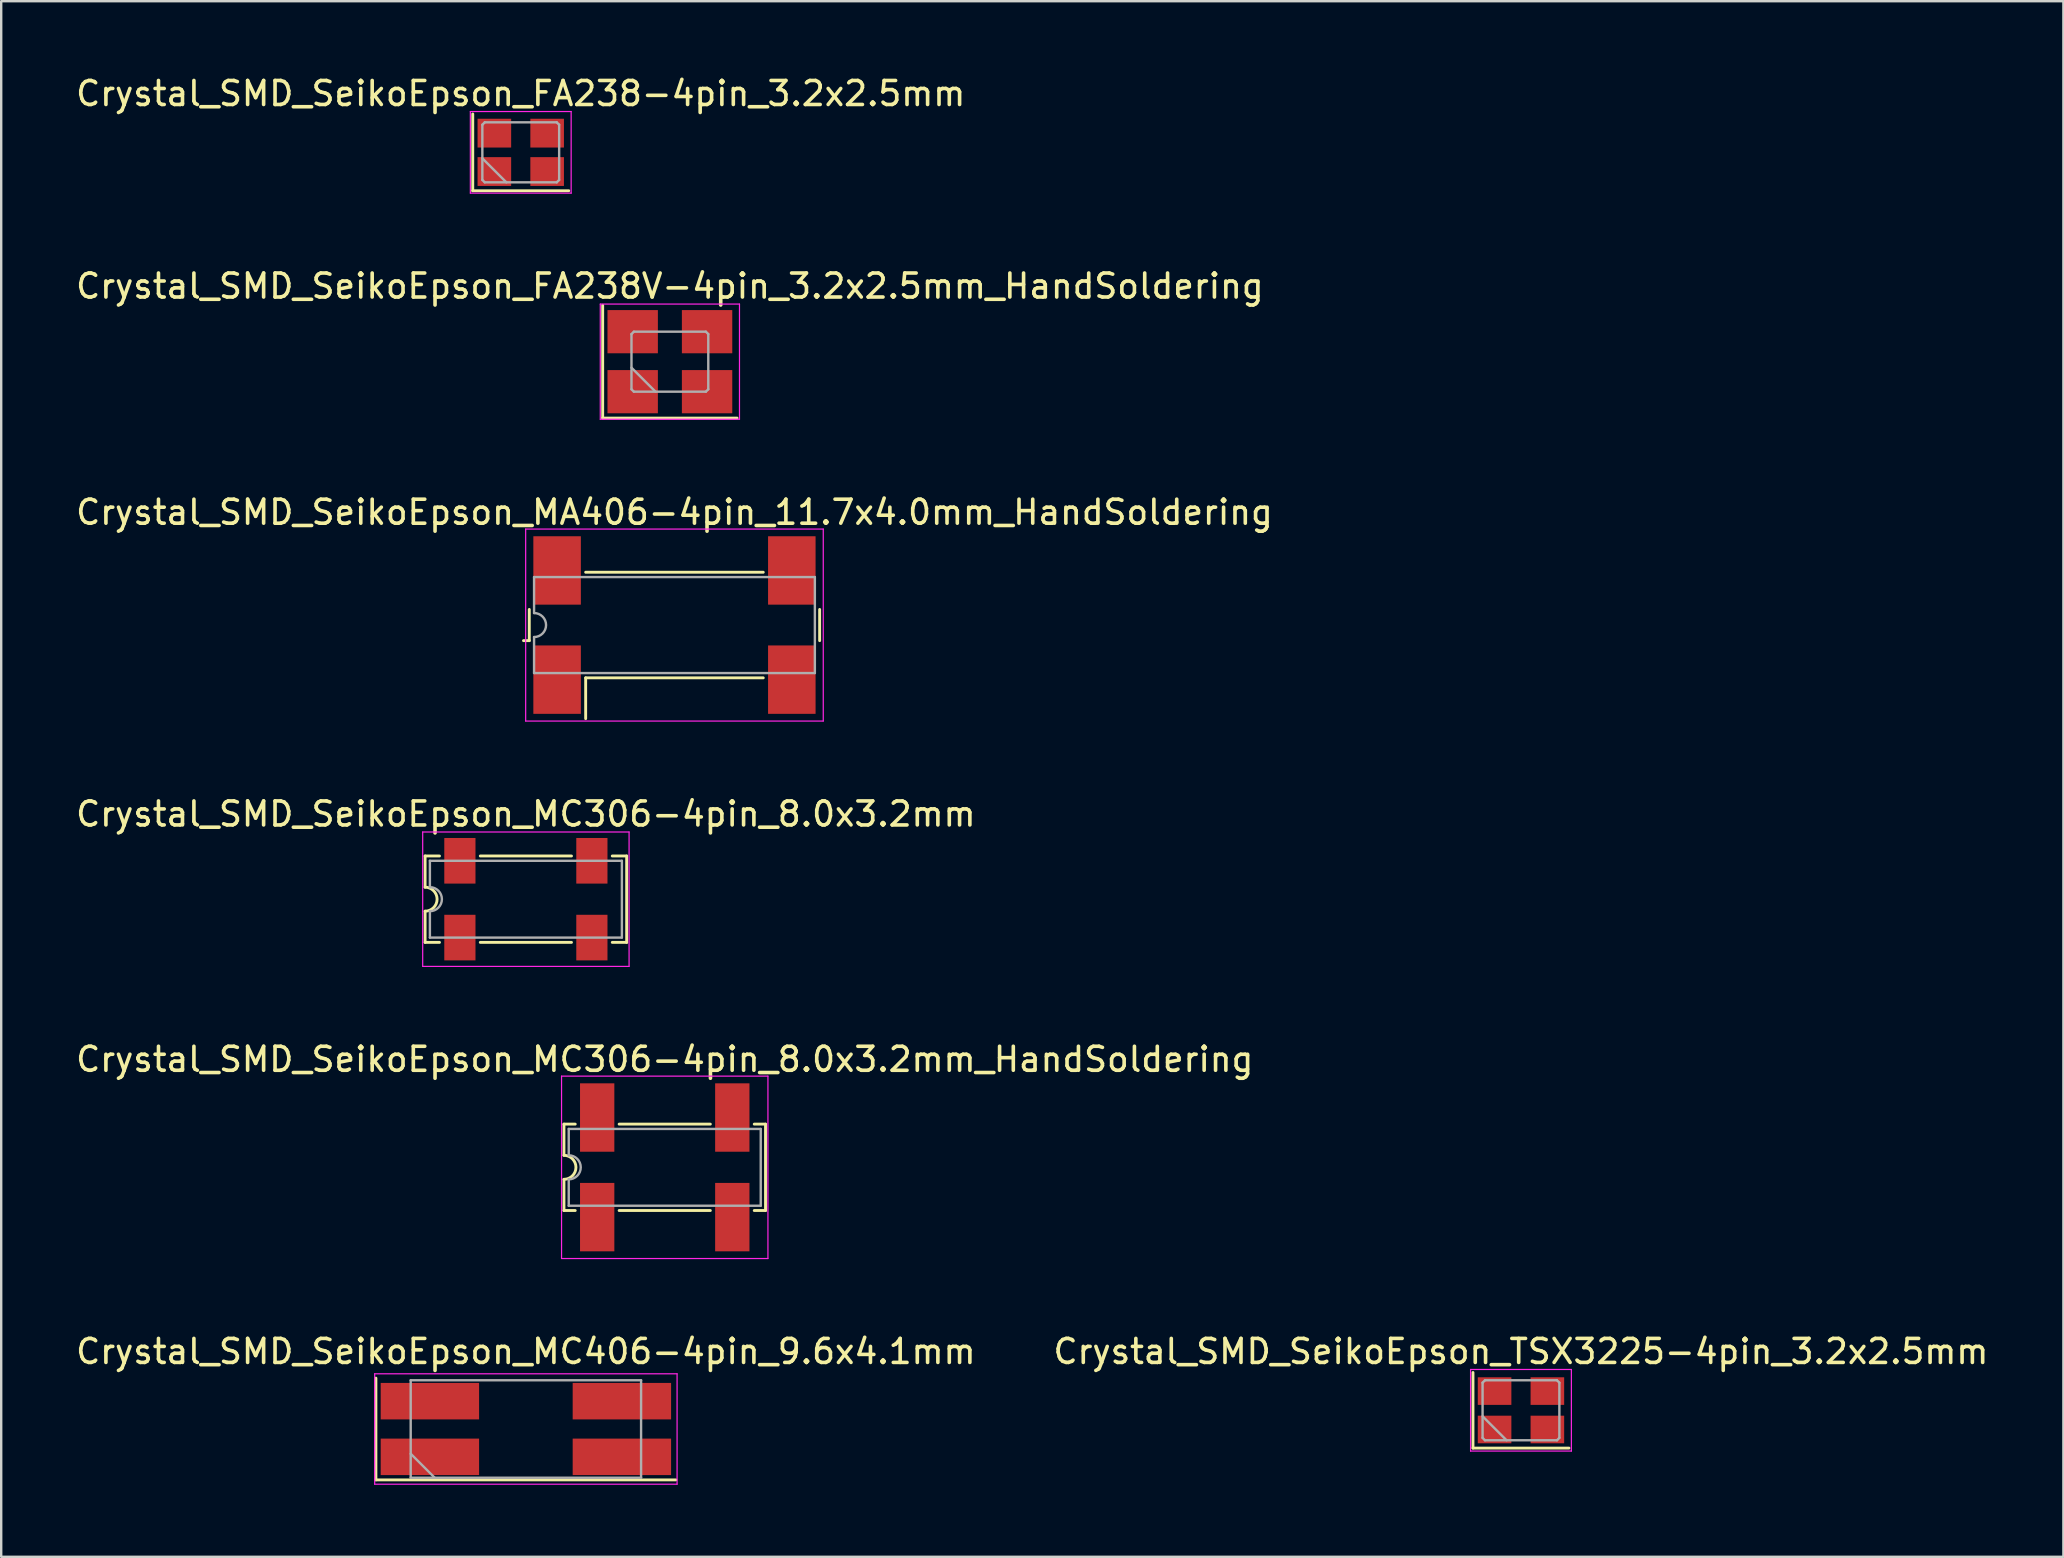
<source format=kicad_pcb>
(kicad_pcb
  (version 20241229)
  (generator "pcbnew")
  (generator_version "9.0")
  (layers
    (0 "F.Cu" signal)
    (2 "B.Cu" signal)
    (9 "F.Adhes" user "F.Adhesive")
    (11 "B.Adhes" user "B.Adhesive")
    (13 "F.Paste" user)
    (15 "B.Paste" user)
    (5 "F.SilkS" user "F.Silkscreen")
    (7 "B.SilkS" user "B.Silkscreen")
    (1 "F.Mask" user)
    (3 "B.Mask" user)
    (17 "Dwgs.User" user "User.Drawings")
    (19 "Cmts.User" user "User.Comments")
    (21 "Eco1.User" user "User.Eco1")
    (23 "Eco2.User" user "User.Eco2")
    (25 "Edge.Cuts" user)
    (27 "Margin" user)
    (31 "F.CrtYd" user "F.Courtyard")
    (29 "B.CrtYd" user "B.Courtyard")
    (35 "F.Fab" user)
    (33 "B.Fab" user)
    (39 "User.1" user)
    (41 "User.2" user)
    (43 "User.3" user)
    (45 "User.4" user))
  (footprint "Crystal_SMD_SeikoEpson_FA238-4pin_3.2x2.5mm"
    (layer "F.Cu")
    (at 18.649 3.298)
    (property "Reference" "Crystal_SMD_SeikoEpson_FA238-4pin_3.2x2.5mm" (at 0 -2.45 0) (layer "F.SilkS") (effects (font (size 1 1) (thickness 0.15))))
    (attr smd)
    (fp_line (start -2 -1.6) (end -2 1.6) (stroke (width 0.12) (type solid)) (layer "F.SilkS"))
    (fp_line (start -2 1.6) (end 2 1.6) (stroke (width 0.12) (type solid)) (layer "F.SilkS"))
    (fp_line (start -2.1 -1.7) (end -2.1 1.7) (stroke (width 0.05) (type solid)) (layer "F.CrtYd"))
    (fp_line (start -2.1 1.7) (end 2.1 1.7) (stroke (width 0.05) (type solid)) (layer "F.CrtYd"))
    (fp_line (start 2.1 -1.7) (end -2.1 -1.7) (stroke (width 0.05) (type solid)) (layer "F.CrtYd"))
    (fp_line (start 2.1 1.7) (end 2.1 -1.7) (stroke (width 0.05) (type solid)) (layer "F.CrtYd"))
    (fp_line (start -1.6 -1.15) (end -1.5 -1.25) (stroke (width 0.1) (type solid)) (layer "F.Fab"))
    (fp_line (start -1.6 0.25) (end -0.6 1.25) (stroke (width 0.1) (type solid)) (layer "F.Fab"))
    (fp_line (start -1.6 1.15) (end -1.6 -1.15) (stroke (width 0.1) (type solid)) (layer "F.Fab"))
    (fp_line (start -1.5 -1.25) (end 1.5 -1.25) (stroke (width 0.1) (type solid)) (layer "F.Fab"))
    (fp_line (start -1.5 1.25) (end -1.6 1.15) (stroke (width 0.1) (type solid)) (layer "F.Fab"))
    (fp_line (start 1.5 -1.25) (end 1.6 -1.15) (stroke (width 0.1) (type solid)) (layer "F.Fab"))
    (fp_line (start 1.5 1.25) (end -1.5 1.25) (stroke (width 0.1) (type solid)) (layer "F.Fab"))
    (fp_line (start 1.6 -1.15) (end 1.6 1.15) (stroke (width 0.1) (type solid)) (layer "F.Fab"))
    (fp_line (start 1.6 1.15) (end 1.5 1.25) (stroke (width 0.1) (type solid)) (layer "F.Fab"))
    (pad "1" smd rect (at -1.1 0.8) (size 1.4 1.2) (layers "F.Cu" "F.Mask"))
    (pad "2" smd rect (at 1.1 0.8) (size 1.4 1.2) (layers "F.Cu" "F.Mask"))
    (pad "3" smd rect (at 1.1 -0.8) (size 1.4 1.2) (layers "F.Cu" "F.Mask"))
    (pad "4" smd rect (at -1.1 -0.8) (size 1.4 1.2) (layers "F.Cu" "F.Mask")))
  (footprint "Crystal_SMD_SeikoEpson_MC306-4pin_8.0x3.2mm_HandSoldering"
    (layer "F.Cu")
    (at 24.649 45.591)
    (property "Reference" "Crystal_SMD_SeikoEpson_MC306-4pin_8.0x3.2mm_HandSoldering" (at 0 -4.5 0) (layer "F.SilkS") (effects (font (size 1 1) (thickness 0.15))))
    (attr smd)
    (fp_line (start -4.2 -1.8) (end -3.73 -1.8) (stroke (width 0.12) (type solid)) (layer "F.SilkS"))
    (fp_line (start -4.2 -0.5) (end -4.2 -1.8) (stroke (width 0.12) (type solid)) (layer "F.SilkS"))
    (fp_line (start -4.2 1.8) (end -4.2 0.5) (stroke (width 0.12) (type solid)) (layer "F.SilkS"))
    (fp_line (start -4.2 1.8) (end -3.73 1.8) (stroke (width 0.12) (type solid)) (layer "F.SilkS"))
    (fp_line (start -1.9 -1.8) (end 1.9 -1.8) (stroke (width 0.12) (type solid)) (layer "F.SilkS"))
    (fp_line (start 1.9 1.8) (end -1.9 1.8) (stroke (width 0.12) (type solid)) (layer "F.SilkS"))
    (fp_line (start 3.73 -1.8) (end 4.2 -1.8) (stroke (width 0.12) (type solid)) (layer "F.SilkS"))
    (fp_line (start 4.2 -1.8) (end 4.2 1.8) (stroke (width 0.12) (type solid)) (layer "F.SilkS"))
    (fp_line (start 4.2 1.8) (end 3.73 1.8) (stroke (width 0.12) (type solid)) (layer "F.SilkS"))
    (fp_arc (start -4.2 -0.5) (mid -3.7 0) (end -4.2 0.5) (stroke (width 0.12) (type solid)) (layer "F.SilkS"))
    (fp_line (start -4.3 -3.8) (end -4.3 3.8) (stroke (width 0.05) (type solid)) (layer "F.CrtYd"))
    (fp_line (start -4.3 3.8) (end 4.3 3.8) (stroke (width 0.05) (type solid)) (layer "F.CrtYd"))
    (fp_line (start 4.3 -3.8) (end -4.3 -3.8) (stroke (width 0.05) (type solid)) (layer "F.CrtYd"))
    (fp_line (start 4.3 3.8) (end 4.3 -3.8) (stroke (width 0.05) (type solid)) (layer "F.CrtYd"))
    (fp_line (start -4 -1.6) (end 4 -1.6) (stroke (width 0.1) (type solid)) (layer "F.Fab"))
    (fp_line (start -4 -0.5) (end -4 -1.6) (stroke (width 0.1) (type solid)) (layer "F.Fab"))
    (fp_line (start -4 1.6) (end -4 0.5) (stroke (width 0.1) (type solid)) (layer "F.Fab"))
    (fp_line (start 4 -1.6) (end 4 1.6) (stroke (width 0.1) (type solid)) (layer "F.Fab"))
    (fp_line (start 4 1.6) (end -4 1.6) (stroke (width 0.1) (type solid)) (layer "F.Fab"))
    (fp_arc (start -4 -0.5) (mid -3.5 0) (end -4 0.5) (stroke (width 0.1) (type solid)) (layer "F.Fab"))
    (pad "1" smd rect (at -2.815 2.075) (size 1.43 2.85) (layers "F.Cu" "F.Mask"))
    (pad "2" smd rect (at 2.815 2.075) (size 1.43 2.85) (layers "F.Cu" "F.Mask"))
    (pad "3" smd rect (at 2.815 -2.075) (size 1.43 2.85) (layers "F.Cu" "F.Mask"))
    (pad "4" smd rect (at -2.815 -2.075) (size 1.43 2.85) (layers "F.Cu" "F.Mask")))
  (footprint "Crystal_SMD_SeikoEpson_MC306-4pin_8.0x3.2mm"
    (layer "F.Cu")
    (at 18.863 34.418)
    (property "Reference" "Crystal_SMD_SeikoEpson_MC306-4pin_8.0x3.2mm" (at 0 -3.55 0) (layer "F.SilkS") (effects (font (size 1 1) (thickness 0.15))))
    (attr smd)
    (fp_line (start -4.2 -1.8) (end -3.6 -1.8) (stroke (width 0.12) (type solid)) (layer "F.SilkS"))
    (fp_line (start -4.2 -0.5) (end -4.2 -1.8) (stroke (width 0.12) (type solid)) (layer "F.SilkS"))
    (fp_line (start -4.2 1.8) (end -4.2 0.5) (stroke (width 0.12) (type solid)) (layer "F.SilkS"))
    (fp_line (start -4.2 1.8) (end -3.6 1.8) (stroke (width 0.12) (type solid)) (layer "F.SilkS"))
    (fp_line (start -1.9 -1.8) (end 1.9 -1.8) (stroke (width 0.12) (type solid)) (layer "F.SilkS"))
    (fp_line (start 1.9 1.8) (end -1.9 1.8) (stroke (width 0.12) (type solid)) (layer "F.SilkS"))
    (fp_line (start 3.6 -1.8) (end 4.2 -1.8) (stroke (width 0.12) (type solid)) (layer "F.SilkS"))
    (fp_line (start 4.2 -1.8) (end 4.2 1.8) (stroke (width 0.12) (type solid)) (layer "F.SilkS"))
    (fp_line (start 4.2 1.8) (end 3.6 1.8) (stroke (width 0.12) (type solid)) (layer "F.SilkS"))
    (fp_arc (start -4.2 -0.5) (mid -3.7 0) (end -4.2 0.5) (stroke (width 0.12) (type solid)) (layer "F.SilkS"))
    (fp_line (start -4.3 -2.8) (end -4.3 2.8) (stroke (width 0.05) (type solid)) (layer "F.CrtYd"))
    (fp_line (start -4.3 2.8) (end 4.3 2.8) (stroke (width 0.05) (type solid)) (layer "F.CrtYd"))
    (fp_line (start 4.3 -2.8) (end -4.3 -2.8) (stroke (width 0.05) (type solid)) (layer "F.CrtYd"))
    (fp_line (start 4.3 2.8) (end 4.3 -2.8) (stroke (width 0.05) (type solid)) (layer "F.CrtYd"))
    (fp_line (start -4 -1.6) (end 4 -1.6) (stroke (width 0.1) (type solid)) (layer "F.Fab"))
    (fp_line (start -4 -0.5) (end -4 -1.6) (stroke (width 0.1) (type solid)) (layer "F.Fab"))
    (fp_line (start -4 1.6) (end -4 0.5) (stroke (width 0.1) (type solid)) (layer "F.Fab"))
    (fp_line (start 4 -1.6) (end 4 1.6) (stroke (width 0.1) (type solid)) (layer "F.Fab"))
    (fp_line (start 4 1.6) (end -4 1.6) (stroke (width 0.1) (type solid)) (layer "F.Fab"))
    (fp_arc (start -4 -0.5) (mid -3.5 0) (end -4 0.5) (stroke (width 0.1) (type solid)) (layer "F.Fab"))
    (pad "1" smd rect (at -2.75 1.6) (size 1.3 1.9) (layers "F.Cu" "F.Mask"))
    (pad "2" smd rect (at 2.75 1.6) (size 1.3 1.9) (layers "F.Cu" "F.Mask"))
    (pad "3" smd rect (at 2.75 -1.6) (size 1.3 1.9) (layers "F.Cu" "F.Mask"))
    (pad "4" smd rect (at -2.75 -1.6) (size 1.3 1.9) (layers "F.Cu" "F.Mask")))
  (footprint "Crystal_SMD_SeikoEpson_MC406-4pin_9.6x4.1mm"
    (layer "F.Cu")
    (at 18.863 56.495)
    (property "Reference" "Crystal_SMD_SeikoEpson_MC406-4pin_9.6x4.1mm" (at 0 -3.23 0) (layer "F.SilkS") (effects (font (size 1 1) (thickness 0.15))))
    (attr smd)
    (fp_line (start -6.25 -2.12) (end -6.25 2.12) (stroke (width 0.12) (type solid)) (layer "F.SilkS"))
    (fp_line (start -6.25 2.12) (end 6.25 2.12) (stroke (width 0.12) (type solid)) (layer "F.SilkS"))
    (fp_line (start -6.3 -2.3) (end -6.3 2.3) (stroke (width 0.05) (type solid)) (layer "F.CrtYd"))
    (fp_line (start -6.3 2.3) (end 6.3 2.3) (stroke (width 0.05) (type solid)) (layer "F.CrtYd"))
    (fp_line (start 6.3 -2.3) (end -6.3 -2.3) (stroke (width 0.05) (type solid)) (layer "F.CrtYd"))
    (fp_line (start 6.3 2.3) (end 6.3 -2.3) (stroke (width 0.05) (type solid)) (layer "F.CrtYd"))
    (fp_line (start -4.8 -2.03) (end -4.8 2.03) (stroke (width 0.1) (type solid)) (layer "F.Fab"))
    (fp_line (start -4.8 1.03) (end -3.8 2.03) (stroke (width 0.1) (type solid)) (layer "F.Fab"))
    (fp_line (start -4.8 2.03) (end 4.8 2.03) (stroke (width 0.1) (type solid)) (layer "F.Fab"))
    (fp_line (start 4.8 -2.03) (end -4.8 -2.03) (stroke (width 0.1) (type solid)) (layer "F.Fab"))
    (fp_line (start 4.8 2.03) (end 4.8 -2.03) (stroke (width 0.1) (type solid)) (layer "F.Fab"))
    (pad "1" smd rect (at -4 1.16) (size 4.1 1.52) (layers "F.Cu" "F.Mask"))
    (pad "2" smd rect (at 4 1.16) (size 4.1 1.52) (layers "F.Cu" "F.Mask"))
    (pad "3" smd rect (at 4 -1.16) (size 4.1 1.52) (layers "F.Cu" "F.Mask"))
    (pad "4" smd rect (at -4 -1.16) (size 4.1 1.52) (layers "F.Cu" "F.Mask")))
  (footprint "Crystal_SMD_SeikoEpson_MA406-4pin_11.7x4.0mm_HandSoldering"
    (layer "F.Cu")
    (at 25.054 22.995)
    (property "Reference" "Crystal_SMD_SeikoEpson_MA406-4pin_11.7x4.0mm_HandSoldering" (at 0 -4.7 0) (layer "F.SilkS") (effects (font (size 1 1) (thickness 0.15))))
    (attr smd)
    (fp_line (start -6.29 0.65) (end -6.05 0.65) (stroke (width 0.12) (type solid)) (layer "F.SilkS"))
    (fp_line (start -6.05 0.65) (end -6.05 -0.65) (stroke (width 0.12) (type solid)) (layer "F.SilkS"))
    (fp_line (start -3.7 -2.2) (end 3.7 -2.2) (stroke (width 0.12) (type solid)) (layer "F.SilkS"))
    (fp_line (start -3.7 2.2) (end -3.7 3.9) (stroke (width 0.12) (type solid)) (layer "F.SilkS"))
    (fp_line (start 3.7 2.2) (end -3.7 2.2) (stroke (width 0.12) (type solid)) (layer "F.SilkS"))
    (fp_line (start 6.05 -0.65) (end 6.05 0.65) (stroke (width 0.12) (type solid)) (layer "F.SilkS"))
    (fp_line (start -6.2 -4) (end -6.2 4) (stroke (width 0.05) (type solid)) (layer "F.CrtYd"))
    (fp_line (start -6.2 4) (end 6.2 4) (stroke (width 0.05) (type solid)) (layer "F.CrtYd"))
    (fp_line (start 6.2 -4) (end -6.2 -4) (stroke (width 0.05) (type solid)) (layer "F.CrtYd"))
    (fp_line (start 6.2 4) (end 6.2 -4) (stroke (width 0.05) (type solid)) (layer "F.CrtYd"))
    (fp_line (start -5.85 -2) (end 5.85 -2) (stroke (width 0.1) (type solid)) (layer "F.Fab"))
    (fp_line (start -5.85 -0.5) (end -5.85 -2) (stroke (width 0.1) (type solid)) (layer "F.Fab"))
    (fp_line (start -5.85 2) (end -5.85 0.5) (stroke (width 0.1) (type solid)) (layer "F.Fab"))
    (fp_line (start 5.85 -2) (end 5.85 2) (stroke (width 0.1) (type solid)) (layer "F.Fab"))
    (fp_line (start 5.85 2) (end -5.85 2) (stroke (width 0.1) (type solid)) (layer "F.Fab"))
    (fp_arc (start -5.85 -0.5) (mid -5.35 0) (end -5.85 0.5) (stroke (width 0.1) (type solid)) (layer "F.Fab"))
    (pad "1" smd rect (at -4.89 2.275) (size 1.98 2.85) (layers "F.Cu" "F.Mask"))
    (pad "2" smd rect (at 4.89 2.275) (size 1.98 2.85) (layers "F.Cu" "F.Mask"))
    (pad "3" smd rect (at 4.89 -2.275) (size 1.98 2.85) (layers "F.Cu" "F.Mask"))
    (pad "4" smd rect (at -4.89 -2.275) (size 1.98 2.85) (layers "F.Cu" "F.Mask")))
  (footprint "Crystal_SMD_SeikoEpson_TSX3225-4pin_3.2x2.5mm"
    (layer "F.Cu")
    (at 60.327 55.715)
    (property "Reference" "Crystal_SMD_SeikoEpson_TSX3225-4pin_3.2x2.5mm" (at 0 -2.45 0) (layer "F.SilkS") (effects (font (size 1 1) (thickness 0.15))))
    (attr smd)
    (fp_line (start -2 -1.575) (end -2 1.575) (stroke (width 0.12) (type solid)) (layer "F.SilkS"))
    (fp_line (start -2 1.575) (end 2 1.575) (stroke (width 0.12) (type solid)) (layer "F.SilkS"))
    (fp_line (start -2.1 -1.7) (end -2.1 1.7) (stroke (width 0.05) (type solid)) (layer "F.CrtYd"))
    (fp_line (start -2.1 1.7) (end 2.1 1.7) (stroke (width 0.05) (type solid)) (layer "F.CrtYd"))
    (fp_line (start 2.1 -1.7) (end -2.1 -1.7) (stroke (width 0.05) (type solid)) (layer "F.CrtYd"))
    (fp_line (start 2.1 1.7) (end 2.1 -1.7) (stroke (width 0.05) (type solid)) (layer "F.CrtYd"))
    (fp_line (start -1.6 -1.15) (end -1.5 -1.25) (stroke (width 0.1) (type solid)) (layer "F.Fab"))
    (fp_line (start -1.6 0.25) (end -0.6 1.25) (stroke (width 0.1) (type solid)) (layer "F.Fab"))
    (fp_line (start -1.6 1.15) (end -1.6 -1.15) (stroke (width 0.1) (type solid)) (layer "F.Fab"))
    (fp_line (start -1.5 -1.25) (end 1.5 -1.25) (stroke (width 0.1) (type solid)) (layer "F.Fab"))
    (fp_line (start -1.5 1.25) (end -1.6 1.15) (stroke (width 0.1) (type solid)) (layer "F.Fab"))
    (fp_line (start 1.5 -1.25) (end 1.6 -1.15) (stroke (width 0.1) (type solid)) (layer "F.Fab"))
    (fp_line (start 1.5 1.25) (end -1.5 1.25) (stroke (width 0.1) (type solid)) (layer "F.Fab"))
    (fp_line (start 1.6 -1.15) (end 1.6 1.15) (stroke (width 0.1) (type solid)) (layer "F.Fab"))
    (fp_line (start 1.6 1.15) (end 1.5 1.25) (stroke (width 0.1) (type solid)) (layer "F.Fab"))
    (pad "1" smd rect (at -1.1 0.8) (size 1.4 1.15) (layers "F.Cu" "F.Mask"))
    (pad "2" smd rect (at 1.1 0.8) (size 1.4 1.15) (layers "F.Cu" "F.Mask"))
    (pad "3" smd rect (at 1.1 -0.8) (size 1.4 1.15) (layers "F.Cu" "F.Mask"))
    (pad "4" smd rect (at -1.1 -0.8) (size 1.4 1.15) (layers "F.Cu" "F.Mask")))
  (footprint "Crystal_SMD_SeikoEpson_FA238V-4pin_3.2x2.5mm_HandSoldering"
    (layer "F.Cu")
    (at 24.863 12.021)
    (property "Reference" "Crystal_SMD_SeikoEpson_FA238V-4pin_3.2x2.5mm_HandSoldering" (at 0 -3.15 0) (layer "F.SilkS") (effects (font (size 1 1) (thickness 0.15))))
    (attr smd)
    (fp_line (start -2.8 -2.35) (end -2.8 2.35) (stroke (width 0.12) (type solid)) (layer "F.SilkS"))
    (fp_line (start -2.8 2.35) (end 2.8 2.35) (stroke (width 0.12) (type solid)) (layer "F.SilkS"))
    (fp_line (start -2.9 -2.4) (end -2.9 2.4) (stroke (width 0.05) (type solid)) (layer "F.CrtYd"))
    (fp_line (start -2.9 2.4) (end 2.9 2.4) (stroke (width 0.05) (type solid)) (layer "F.CrtYd"))
    (fp_line (start 2.9 -2.4) (end -2.9 -2.4) (stroke (width 0.05) (type solid)) (layer "F.CrtYd"))
    (fp_line (start 2.9 2.4) (end 2.9 -2.4) (stroke (width 0.05) (type solid)) (layer "F.CrtYd"))
    (fp_line (start -1.6 -1.15) (end -1.5 -1.25) (stroke (width 0.1) (type solid)) (layer "F.Fab"))
    (fp_line (start -1.6 0.25) (end -0.6 1.25) (stroke (width 0.1) (type solid)) (layer "F.Fab"))
    (fp_line (start -1.6 1.15) (end -1.6 -1.15) (stroke (width 0.1) (type solid)) (layer "F.Fab"))
    (fp_line (start -1.5 -1.25) (end 1.5 -1.25) (stroke (width 0.1) (type solid)) (layer "F.Fab"))
    (fp_line (start -1.5 1.25) (end -1.6 1.15) (stroke (width 0.1) (type solid)) (layer "F.Fab"))
    (fp_line (start 1.5 -1.25) (end 1.6 -1.15) (stroke (width 0.1) (type solid)) (layer "F.Fab"))
    (fp_line (start 1.5 1.25) (end -1.5 1.25) (stroke (width 0.1) (type solid)) (layer "F.Fab"))
    (fp_line (start 1.6 -1.15) (end 1.6 1.15) (stroke (width 0.1) (type solid)) (layer "F.Fab"))
    (fp_line (start 1.6 1.15) (end 1.5 1.25) (stroke (width 0.1) (type solid)) (layer "F.Fab"))
    (pad "1" smd rect (at -1.55 1.25) (size 2.1 1.8) (layers "F.Cu" "F.Mask"))
    (pad "2" smd rect (at 1.55 1.25) (size 2.1 1.8) (layers "F.Cu" "F.Mask"))
    (pad "3" smd rect (at 1.55 -1.25) (size 2.1 1.8) (layers "F.Cu" "F.Mask"))
    (pad "4" smd rect (at -1.55 -1.25) (size 2.1 1.8) (layers "F.Cu" "F.Mask")))
  (gr_rect
    (start -3 -3)
    (end 82.929 61.819)
    (stroke (width 0.1) (type default))
    (fill no)
    (layer "Edge.Cuts")))
</source>
